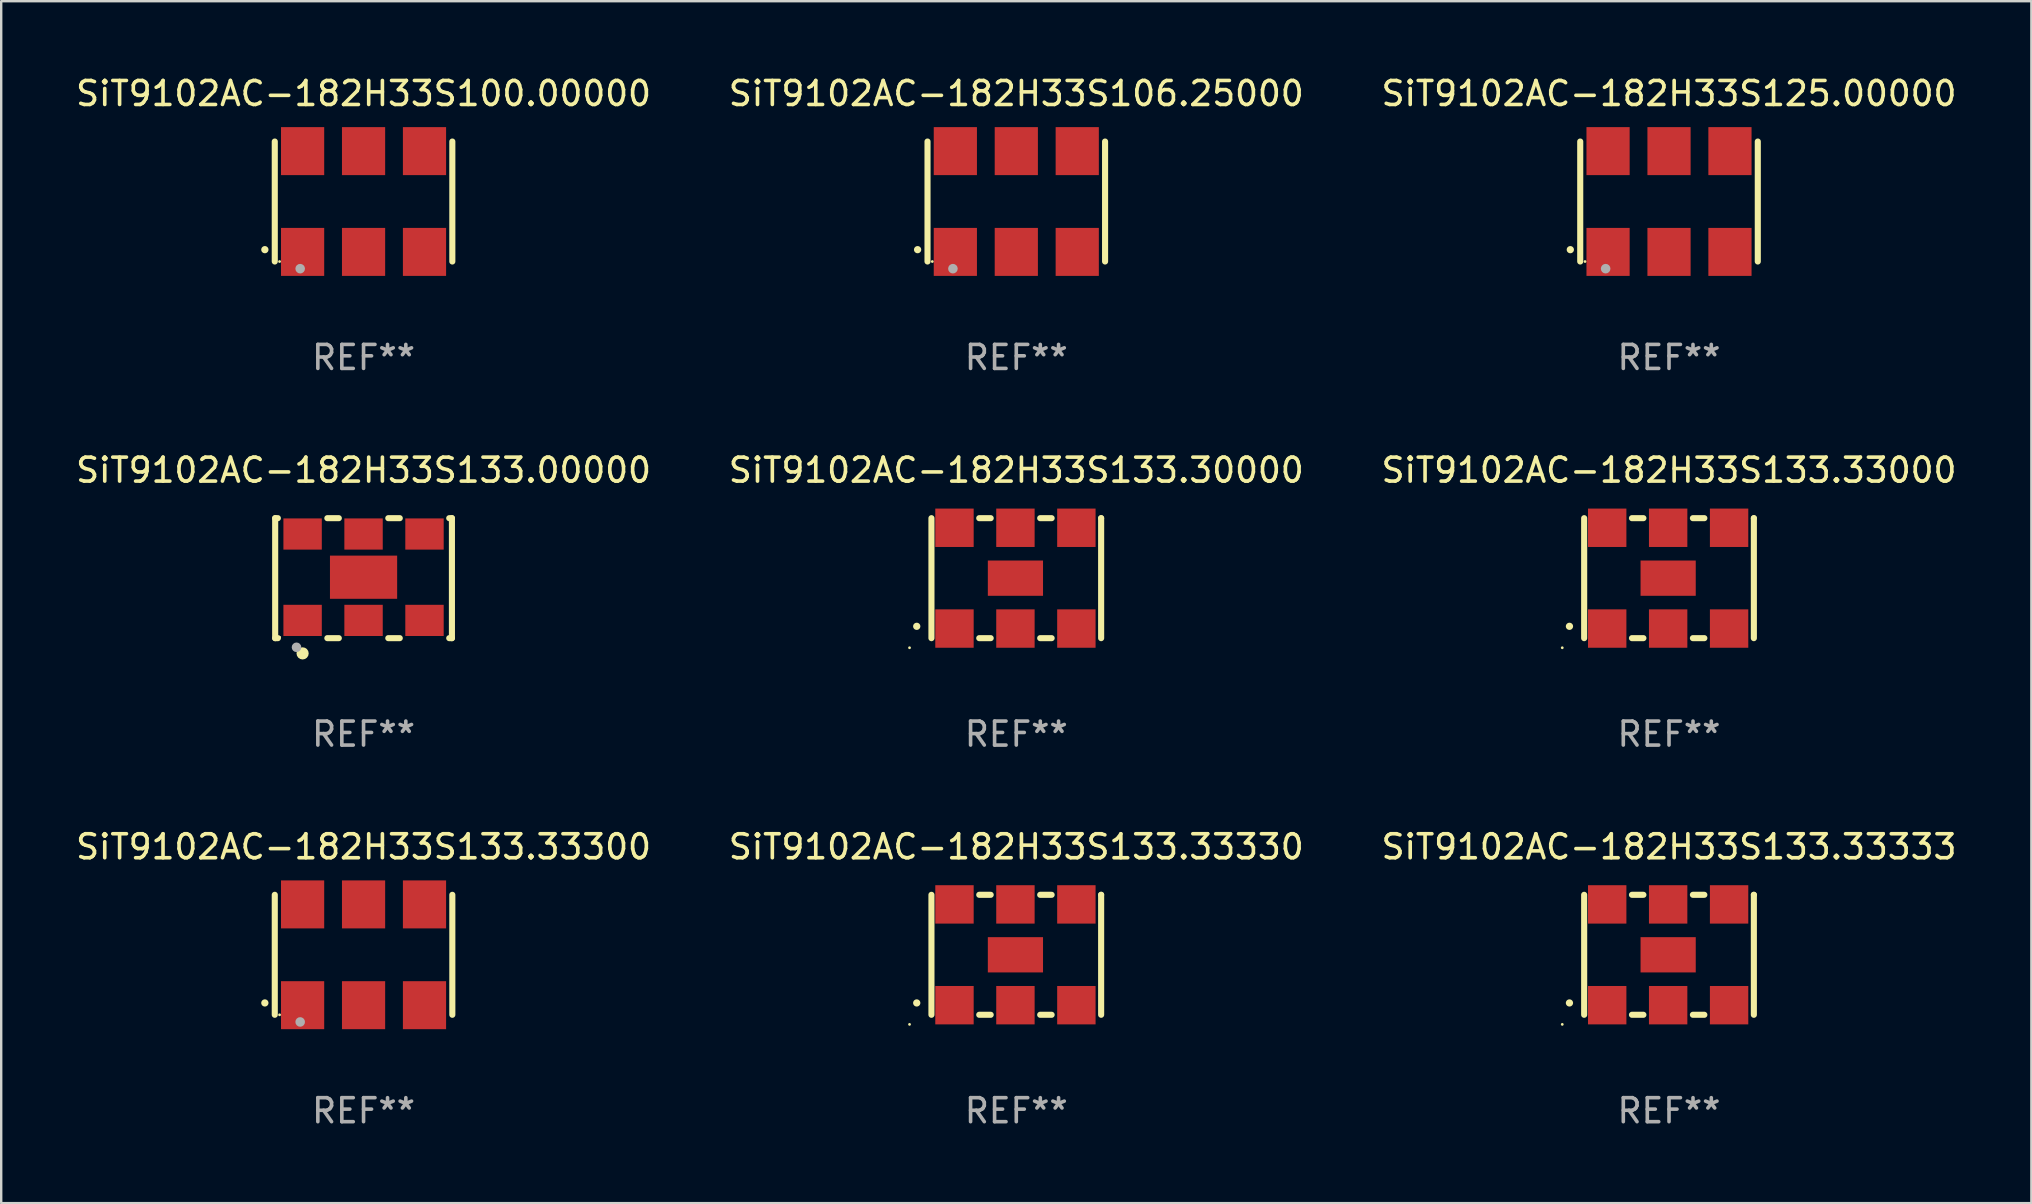
<source format=kicad_pcb>
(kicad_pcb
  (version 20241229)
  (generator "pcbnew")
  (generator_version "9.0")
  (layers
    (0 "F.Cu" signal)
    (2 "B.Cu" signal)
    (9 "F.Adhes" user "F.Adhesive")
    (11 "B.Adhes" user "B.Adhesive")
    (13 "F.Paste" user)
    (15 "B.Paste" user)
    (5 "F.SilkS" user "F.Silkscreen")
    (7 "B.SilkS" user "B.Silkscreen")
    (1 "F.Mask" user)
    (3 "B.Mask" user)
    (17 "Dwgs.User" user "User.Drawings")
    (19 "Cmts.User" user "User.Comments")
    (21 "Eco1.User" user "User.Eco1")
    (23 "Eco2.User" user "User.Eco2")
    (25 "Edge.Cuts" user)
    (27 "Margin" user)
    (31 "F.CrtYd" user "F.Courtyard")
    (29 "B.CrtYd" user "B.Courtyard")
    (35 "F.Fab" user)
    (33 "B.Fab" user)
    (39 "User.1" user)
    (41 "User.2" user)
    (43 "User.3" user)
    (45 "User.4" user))
  (footprint "SiT9102AC-182H33S133.33000"
    (layer "F.Cu")
    (at 66.506 21.045)
    (property "Reference" "SiT9102AC-182H33S133.33000" (at 0 -4.5 0) (layer "F.SilkS") (effects (font (size 1 1) (thickness 0.15))))
    (attr through_hole)
    (fp_line (start -3.536 -2.5) (end -3.536 2.5) (stroke (width 0.254) (type solid)) (layer "F.SilkS"))
    (fp_line (start -1.544 2.5) (end -1.067 2.5) (stroke (width 0.254) (type solid)) (layer "F.SilkS"))
    (fp_line (start -1.067 -2.5) (end -1.544 -2.5) (stroke (width 0.254) (type solid)) (layer "F.SilkS"))
    (fp_line (start 0.996 2.5) (end 1.473 2.5) (stroke (width 0.254) (type solid)) (layer "F.SilkS"))
    (fp_line (start 1.473 -2.5) (end 0.996 -2.5) (stroke (width 0.254) (type solid)) (layer "F.SilkS"))
    (fp_line (start 3.536 -2.5) (end 3.536 -2.5) (stroke (width 0.254) (type solid)) (layer "F.SilkS"))
    (fp_line (start 3.536 2.5) (end 3.536 -2.5) (stroke (width 0.254) (type solid)) (layer "F.SilkS"))
    (fp_arc (start -4.150432 2.006604) (mid -4.149162 2.006599) (end -4.147892 2.006604) (stroke (width 0.3) (type solid)) (layer "F.SilkS"))
    (fp_circle (center -4.449 2.9) (end -4.419 2.9) (stroke (width 0.06) (type solid)) (fill no) (layer "F.SilkS"))
    (fp_text user "REF**" (at 0 6.5 0) (layer "F.Fab") (effects (font (size 1 1) (thickness 0.15))))
    (pad "1" smd rect (at -2.576 2.1) (size 1.6 1.6) (layers "F.Cu" "F.Mask" "F.Paste"))
    (pad "2" smd rect (at -0.036 2.1) (size 1.6 1.6) (layers "F.Cu" "F.Mask" "F.Paste"))
    (pad "3" smd rect (at 2.504 2.1) (size 1.6 1.6) (layers "F.Cu" "F.Mask" "F.Paste"))
    (pad "4" smd rect (at 2.504 -2.1) (size 1.6 1.6) (layers "F.Cu" "F.Mask" "F.Paste"))
    (pad "5" smd rect (at -0.036 -2.1) (size 1.6 1.6) (layers "F.Cu" "F.Mask" "F.Paste"))
    (pad "6" smd rect (at -2.576 -2.1) (size 1.6 1.6) (layers "F.Cu" "F.Mask" "F.Paste"))
    (pad "7" smd rect (at -0.036 0) (size 2.3 1.47) (layers "F.Cu" "F.Mask" "F.Paste")))
  (footprint "SiT9102AC-182H33S133.30000"
    (layer "F.Cu")
    (at 39.304 21.045)
    (property "Reference" "SiT9102AC-182H33S133.30000" (at 0 -4.5 0) (layer "F.SilkS") (effects (font (size 1 1) (thickness 0.15))))
    (attr through_hole)
    (fp_line (start -3.536 -2.5) (end -3.536 2.5) (stroke (width 0.254) (type solid)) (layer "F.SilkS"))
    (fp_line (start -1.544 2.5) (end -1.067 2.5) (stroke (width 0.254) (type solid)) (layer "F.SilkS"))
    (fp_line (start -1.067 -2.5) (end -1.544 -2.5) (stroke (width 0.254) (type solid)) (layer "F.SilkS"))
    (fp_line (start 0.996 2.5) (end 1.473 2.5) (stroke (width 0.254) (type solid)) (layer "F.SilkS"))
    (fp_line (start 1.473 -2.5) (end 0.996 -2.5) (stroke (width 0.254) (type solid)) (layer "F.SilkS"))
    (fp_line (start 3.536 -2.5) (end 3.536 -2.5) (stroke (width 0.254) (type solid)) (layer "F.SilkS"))
    (fp_line (start 3.536 2.5) (end 3.536 -2.5) (stroke (width 0.254) (type solid)) (layer "F.SilkS"))
    (fp_arc (start -4.150432 2.006604) (mid -4.149162 2.006599) (end -4.147892 2.006604) (stroke (width 0.3) (type solid)) (layer "F.SilkS"))
    (fp_circle (center -4.449 2.9) (end -4.419 2.9) (stroke (width 0.06) (type solid)) (fill no) (layer "F.SilkS"))
    (fp_text user "REF**" (at 0 6.5 0) (layer "F.Fab") (effects (font (size 1 1) (thickness 0.15))))
    (pad "1" smd rect (at -2.576 2.1) (size 1.6 1.6) (layers "F.Cu" "F.Mask" "F.Paste"))
    (pad "2" smd rect (at -0.036 2.1) (size 1.6 1.6) (layers "F.Cu" "F.Mask" "F.Paste"))
    (pad "3" smd rect (at 2.504 2.1) (size 1.6 1.6) (layers "F.Cu" "F.Mask" "F.Paste"))
    (pad "4" smd rect (at 2.504 -2.1) (size 1.6 1.6) (layers "F.Cu" "F.Mask" "F.Paste"))
    (pad "5" smd rect (at -0.036 -2.1) (size 1.6 1.6) (layers "F.Cu" "F.Mask" "F.Paste"))
    (pad "6" smd rect (at -2.576 -2.1) (size 1.6 1.6) (layers "F.Cu" "F.Mask" "F.Paste"))
    (pad "7" smd rect (at -0.036 0) (size 2.3 1.47) (layers "F.Cu" "F.Mask" "F.Paste")))
  (footprint "SiT9102AC-182H33S133.33300"
    (layer "F.Cu")
    (at 12.101 36.741)
    (property "Reference" "SiT9102AC-182H33S133.33300" (at 0 -4.5 0) (layer "F.SilkS") (effects (font (size 1 1) (thickness 0.15))))
    (attr through_hole)
    (fp_line (start -3.7 -2.5) (end -3.7 2.5) (stroke (width 0.254) (type solid)) (layer "F.SilkS"))
    (fp_line (start 3.7 -2.5) (end 3.7 2.5) (stroke (width 0.254) (type solid)) (layer "F.SilkS"))
    (fp_arc (start -4.114415 2.006604) (mid -4.113145 2.006599) (end -4.111875 2.006604) (stroke (width 0.3) (type solid)) (layer "F.SilkS"))
    (fp_circle (center -3.5 2.501) (end -3.47 2.501) (stroke (width 0.06) (type solid)) (fill no) (layer "F.SilkS"))
    (fp_circle (center -2.641 2.799) (end -2.541 2.799) (stroke (width 0.2) (type solid)) (fill no) (layer "F.Fab"))
    (fp_text user "REF**" (at 0 6.5 0) (layer "F.Fab") (effects (font (size 1 1) (thickness 0.15))))
    (pad "1" smd rect (at -2.54 2.1) (size 1.8 2) (layers "F.Cu" "F.Mask" "F.Paste"))
    (pad "2" smd rect (at 0.000394 2.1) (size 1.8 2) (layers "F.Cu" "F.Mask" "F.Paste"))
    (pad "3" smd rect (at 2.54 2.1) (size 1.8 2) (layers "F.Cu" "F.Mask" "F.Paste"))
    (pad "4" smd rect (at 2.54 -2.1) (size 1.8 2) (layers "F.Cu" "F.Mask" "F.Paste"))
    (pad "5" smd rect (at 0.000394 -2.1) (size 1.8 2) (layers "F.Cu" "F.Mask" "F.Paste"))
    (pad "6" smd rect (at -2.54 -2.1) (size 1.8 2) (layers "F.Cu" "F.Mask" "F.Paste")))
  (footprint "SiT9102AC-182H33S133.00000"
    (layer "F.Cu")
    (at 12.101 21.045)
    (property "Reference" "SiT9102AC-182H33S133.00000" (at 0 -4.5 0) (layer "F.SilkS") (effects (font (size 1 1) (thickness 0.15))))
    (attr through_hole)
    (fp_line (start -3.683 -2.5) (end -3.571 -2.5) (stroke (width 0.254) (type solid)) (layer "F.SilkS"))
    (fp_line (start -3.683 2.5) (end -3.683 -2.5) (stroke (width 0.254) (type solid)) (layer "F.SilkS"))
    (fp_line (start -3.683 2.5) (end -3.571 2.5) (stroke (width 0.254) (type solid)) (layer "F.SilkS"))
    (fp_line (start -1.509 -2.5) (end -1.031 -2.5) (stroke (width 0.254) (type solid)) (layer "F.SilkS"))
    (fp_line (start -1.509 2.5) (end -1.031 2.5) (stroke (width 0.254) (type solid)) (layer "F.SilkS"))
    (fp_line (start 1.031 -2.5) (end 1.509 -2.5) (stroke (width 0.254) (type solid)) (layer "F.SilkS"))
    (fp_line (start 1.031 2.5) (end 1.509 2.5) (stroke (width 0.254) (type solid)) (layer "F.SilkS"))
    (fp_line (start 3.571 -2.5) (end 3.683 -2.5) (stroke (width 0.254) (type solid)) (layer "F.SilkS"))
    (fp_line (start 3.571 2.5) (end 3.683 2.5) (stroke (width 0.254) (type solid)) (layer "F.SilkS"))
    (fp_line (start 3.683 2.5) (end 3.683 -2.5) (stroke (width 0.254) (type solid)) (layer "F.SilkS"))
    (fp_circle (center -3.5 2.46) (end -3.47 2.46) (stroke (width 0.06) (type solid)) (fill no) (layer "F.SilkS"))
    (fp_circle (center -2.54 3.135) (end -2.413 3.135) (stroke (width 0.254) (type solid)) (fill no) (layer "F.SilkS"))
    (fp_circle (center -2.794 2.881) (end -2.694 2.881) (stroke (width 0.2) (type solid)) (fill no) (layer "F.Fab"))
    (fp_text user "REF**" (at 0 6.5 0) (layer "F.Fab") (effects (font (size 1 1) (thickness 0.15))))
    (pad "1" smd rect (at -2.54 1.76) (size 1.6 1.3) (layers "F.Cu" "F.Mask" "F.Paste"))
    (pad "2" smd rect (at 0 1.76) (size 1.6 1.3) (layers "F.Cu" "F.Mask" "F.Paste"))
    (pad "3" smd rect (at 2.54 1.76) (size 1.6 1.3) (layers "F.Cu" "F.Mask" "F.Paste"))
    (pad "4" smd rect (at 2.54 -1.84) (size 1.6 1.3) (layers "F.Cu" "F.Mask" "F.Paste"))
    (pad "5" smd rect (at 0 -1.84) (size 1.6 1.3) (layers "F.Cu" "F.Mask" "F.Paste"))
    (pad "6" smd rect (at -2.54 -1.84) (size 1.6 1.3) (layers "F.Cu" "F.Mask" "F.Paste"))
    (pad "7" smd rect (at 0 -0.04) (size 2.8 1.8) (layers "F.Cu" "F.Mask" "F.Paste")))
  (footprint "SiT9102AC-182H33S133.33330"
    (layer "F.Cu")
    (at 39.304 36.741)
    (property "Reference" "SiT9102AC-182H33S133.33330" (at 0 -4.5 0) (layer "F.SilkS") (effects (font (size 1 1) (thickness 0.15))))
    (attr through_hole)
    (fp_line (start -3.536 -2.5) (end -3.536 2.5) (stroke (width 0.254) (type solid)) (layer "F.SilkS"))
    (fp_line (start -1.544 2.5) (end -1.067 2.5) (stroke (width 0.254) (type solid)) (layer "F.SilkS"))
    (fp_line (start -1.067 -2.5) (end -1.544 -2.5) (stroke (width 0.254) (type solid)) (layer "F.SilkS"))
    (fp_line (start 0.996 2.5) (end 1.473 2.5) (stroke (width 0.254) (type solid)) (layer "F.SilkS"))
    (fp_line (start 1.473 -2.5) (end 0.996 -2.5) (stroke (width 0.254) (type solid)) (layer "F.SilkS"))
    (fp_line (start 3.536 -2.5) (end 3.536 -2.5) (stroke (width 0.254) (type solid)) (layer "F.SilkS"))
    (fp_line (start 3.536 2.5) (end 3.536 -2.5) (stroke (width 0.254) (type solid)) (layer "F.SilkS"))
    (fp_arc (start -4.150432 2.006604) (mid -4.149162 2.006599) (end -4.147892 2.006604) (stroke (width 0.3) (type solid)) (layer "F.SilkS"))
    (fp_circle (center -4.449 2.9) (end -4.419 2.9) (stroke (width 0.06) (type solid)) (fill no) (layer "F.SilkS"))
    (fp_text user "REF**" (at 0 6.5 0) (layer "F.Fab") (effects (font (size 1 1) (thickness 0.15))))
    (pad "1" smd rect (at -2.576 2.1) (size 1.6 1.6) (layers "F.Cu" "F.Mask" "F.Paste"))
    (pad "2" smd rect (at -0.036 2.1) (size 1.6 1.6) (layers "F.Cu" "F.Mask" "F.Paste"))
    (pad "3" smd rect (at 2.504 2.1) (size 1.6 1.6) (layers "F.Cu" "F.Mask" "F.Paste"))
    (pad "4" smd rect (at 2.504 -2.1) (size 1.6 1.6) (layers "F.Cu" "F.Mask" "F.Paste"))
    (pad "5" smd rect (at -0.036 -2.1) (size 1.6 1.6) (layers "F.Cu" "F.Mask" "F.Paste"))
    (pad "6" smd rect (at -2.576 -2.1) (size 1.6 1.6) (layers "F.Cu" "F.Mask" "F.Paste"))
    (pad "7" smd rect (at -0.036 0) (size 2.3 1.47) (layers "F.Cu" "F.Mask" "F.Paste")))
  (footprint "SiT9102AC-182H33S106.25000"
    (layer "F.Cu")
    (at 39.304 5.348)
    (property "Reference" "SiT9102AC-182H33S106.25000" (at 0 -4.5 0) (layer "F.SilkS") (effects (font (size 1 1) (thickness 0.15))))
    (attr through_hole)
    (fp_line (start -3.7 -2.5) (end -3.7 2.5) (stroke (width 0.254) (type solid)) (layer "F.SilkS"))
    (fp_line (start 3.7 -2.5) (end 3.7 2.5) (stroke (width 0.254) (type solid)) (layer "F.SilkS"))
    (fp_arc (start -4.114415 2.006604) (mid -4.113145 2.006599) (end -4.111875 2.006604) (stroke (width 0.3) (type solid)) (layer "F.SilkS"))
    (fp_circle (center -3.5 2.501) (end -3.47 2.501) (stroke (width 0.06) (type solid)) (fill no) (layer "F.SilkS"))
    (fp_circle (center -2.641 2.799) (end -2.541 2.799) (stroke (width 0.2) (type solid)) (fill no) (layer "F.Fab"))
    (fp_text user "REF**" (at 0 6.5 0) (layer "F.Fab") (effects (font (size 1 1) (thickness 0.15))))
    (pad "1" smd rect (at -2.54 2.1) (size 1.8 2) (layers "F.Cu" "F.Mask" "F.Paste"))
    (pad "2" smd rect (at 0.000394 2.1) (size 1.8 2) (layers "F.Cu" "F.Mask" "F.Paste"))
    (pad "3" smd rect (at 2.54 2.1) (size 1.8 2) (layers "F.Cu" "F.Mask" "F.Paste"))
    (pad "4" smd rect (at 2.54 -2.1) (size 1.8 2) (layers "F.Cu" "F.Mask" "F.Paste"))
    (pad "5" smd rect (at 0.000394 -2.1) (size 1.8 2) (layers "F.Cu" "F.Mask" "F.Paste"))
    (pad "6" smd rect (at -2.54 -2.1) (size 1.8 2) (layers "F.Cu" "F.Mask" "F.Paste")))
  (footprint "SiT9102AC-182H33S133.33333"
    (layer "F.Cu")
    (at 66.506 36.741)
    (property "Reference" "SiT9102AC-182H33S133.33333" (at 0 -4.5 0) (layer "F.SilkS") (effects (font (size 1 1) (thickness 0.15))))
    (attr through_hole)
    (fp_line (start -3.536 -2.5) (end -3.536 2.5) (stroke (width 0.254) (type solid)) (layer "F.SilkS"))
    (fp_line (start -1.544 2.5) (end -1.067 2.5) (stroke (width 0.254) (type solid)) (layer "F.SilkS"))
    (fp_line (start -1.067 -2.5) (end -1.544 -2.5) (stroke (width 0.254) (type solid)) (layer "F.SilkS"))
    (fp_line (start 0.996 2.5) (end 1.473 2.5) (stroke (width 0.254) (type solid)) (layer "F.SilkS"))
    (fp_line (start 1.473 -2.5) (end 0.996 -2.5) (stroke (width 0.254) (type solid)) (layer "F.SilkS"))
    (fp_line (start 3.536 -2.5) (end 3.536 -2.5) (stroke (width 0.254) (type solid)) (layer "F.SilkS"))
    (fp_line (start 3.536 2.5) (end 3.536 -2.5) (stroke (width 0.254) (type solid)) (layer "F.SilkS"))
    (fp_arc (start -4.150432 2.006604) (mid -4.149162 2.006599) (end -4.147892 2.006604) (stroke (width 0.3) (type solid)) (layer "F.SilkS"))
    (fp_circle (center -4.449 2.9) (end -4.419 2.9) (stroke (width 0.06) (type solid)) (fill no) (layer "F.SilkS"))
    (fp_text user "REF**" (at 0 6.5 0) (layer "F.Fab") (effects (font (size 1 1) (thickness 0.15))))
    (pad "1" smd rect (at -2.576 2.1) (size 1.6 1.6) (layers "F.Cu" "F.Mask" "F.Paste"))
    (pad "2" smd rect (at -0.036 2.1) (size 1.6 1.6) (layers "F.Cu" "F.Mask" "F.Paste"))
    (pad "3" smd rect (at 2.504 2.1) (size 1.6 1.6) (layers "F.Cu" "F.Mask" "F.Paste"))
    (pad "4" smd rect (at 2.504 -2.1) (size 1.6 1.6) (layers "F.Cu" "F.Mask" "F.Paste"))
    (pad "5" smd rect (at -0.036 -2.1) (size 1.6 1.6) (layers "F.Cu" "F.Mask" "F.Paste"))
    (pad "6" smd rect (at -2.576 -2.1) (size 1.6 1.6) (layers "F.Cu" "F.Mask" "F.Paste"))
    (pad "7" smd rect (at -0.036 0) (size 2.3 1.47) (layers "F.Cu" "F.Mask" "F.Paste")))
  (footprint "SiT9102AC-182H33S125.00000"
    (layer "F.Cu")
    (at 66.506 5.348)
    (property "Reference" "SiT9102AC-182H33S125.00000" (at 0 -4.5 0) (layer "F.SilkS") (effects (font (size 1 1) (thickness 0.15))))
    (attr through_hole)
    (fp_line (start -3.7 -2.5) (end -3.7 2.5) (stroke (width 0.254) (type solid)) (layer "F.SilkS"))
    (fp_line (start 3.7 -2.5) (end 3.7 2.5) (stroke (width 0.254) (type solid)) (layer "F.SilkS"))
    (fp_arc (start -4.114415 2.006604) (mid -4.113145 2.006599) (end -4.111875 2.006604) (stroke (width 0.3) (type solid)) (layer "F.SilkS"))
    (fp_circle (center -3.5 2.501) (end -3.47 2.501) (stroke (width 0.06) (type solid)) (fill no) (layer "F.SilkS"))
    (fp_circle (center -2.641 2.799) (end -2.541 2.799) (stroke (width 0.2) (type solid)) (fill no) (layer "F.Fab"))
    (fp_text user "REF**" (at 0 6.5 0) (layer "F.Fab") (effects (font (size 1 1) (thickness 0.15))))
    (pad "1" smd rect (at -2.54 2.1) (size 1.8 2) (layers "F.Cu" "F.Mask" "F.Paste"))
    (pad "2" smd rect (at 0.000394 2.1) (size 1.8 2) (layers "F.Cu" "F.Mask" "F.Paste"))
    (pad "3" smd rect (at 2.54 2.1) (size 1.8 2) (layers "F.Cu" "F.Mask" "F.Paste"))
    (pad "4" smd rect (at 2.54 -2.1) (size 1.8 2) (layers "F.Cu" "F.Mask" "F.Paste"))
    (pad "5" smd rect (at 0.000394 -2.1) (size 1.8 2) (layers "F.Cu" "F.Mask" "F.Paste"))
    (pad "6" smd rect (at -2.54 -2.1) (size 1.8 2) (layers "F.Cu" "F.Mask" "F.Paste")))
  (footprint "SiT9102AC-182H33S100.00000"
    (layer "F.Cu")
    (at 12.101 5.348)
    (property "Reference" "SiT9102AC-182H33S100.00000" (at 0 -4.5 0) (layer "F.SilkS") (effects (font (size 1 1) (thickness 0.15))))
    (attr through_hole)
    (fp_line (start -3.7 -2.5) (end -3.7 2.5) (stroke (width 0.254) (type solid)) (layer "F.SilkS"))
    (fp_line (start 3.7 -2.5) (end 3.7 2.5) (stroke (width 0.254) (type solid)) (layer "F.SilkS"))
    (fp_arc (start -4.114415 2.006604) (mid -4.113145 2.006599) (end -4.111875 2.006604) (stroke (width 0.3) (type solid)) (layer "F.SilkS"))
    (fp_circle (center -3.5 2.501) (end -3.47 2.501) (stroke (width 0.06) (type solid)) (fill no) (layer "F.SilkS"))
    (fp_circle (center -2.641 2.799) (end -2.541 2.799) (stroke (width 0.2) (type solid)) (fill no) (layer "F.Fab"))
    (fp_text user "REF**" (at 0 6.5 0) (layer "F.Fab") (effects (font (size 1 1) (thickness 0.15))))
    (pad "1" smd rect (at -2.54 2.1) (size 1.8 2) (layers "F.Cu" "F.Mask" "F.Paste"))
    (pad "2" smd rect (at 0.000394 2.1) (size 1.8 2) (layers "F.Cu" "F.Mask" "F.Paste"))
    (pad "3" smd rect (at 2.54 2.1) (size 1.8 2) (layers "F.Cu" "F.Mask" "F.Paste"))
    (pad "4" smd rect (at 2.54 -2.1) (size 1.8 2) (layers "F.Cu" "F.Mask" "F.Paste"))
    (pad "5" smd rect (at 0.000394 -2.1) (size 1.8 2) (layers "F.Cu" "F.Mask" "F.Paste"))
    (pad "6" smd rect (at -2.54 -2.1) (size 1.8 2) (layers "F.Cu" "F.Mask" "F.Paste")))
  (gr_rect
    (start -3 -3)
    (end 81.607 47.09)
    (stroke (width 0.1) (type default))
    (fill no)
    (layer "Edge.Cuts")))
</source>
